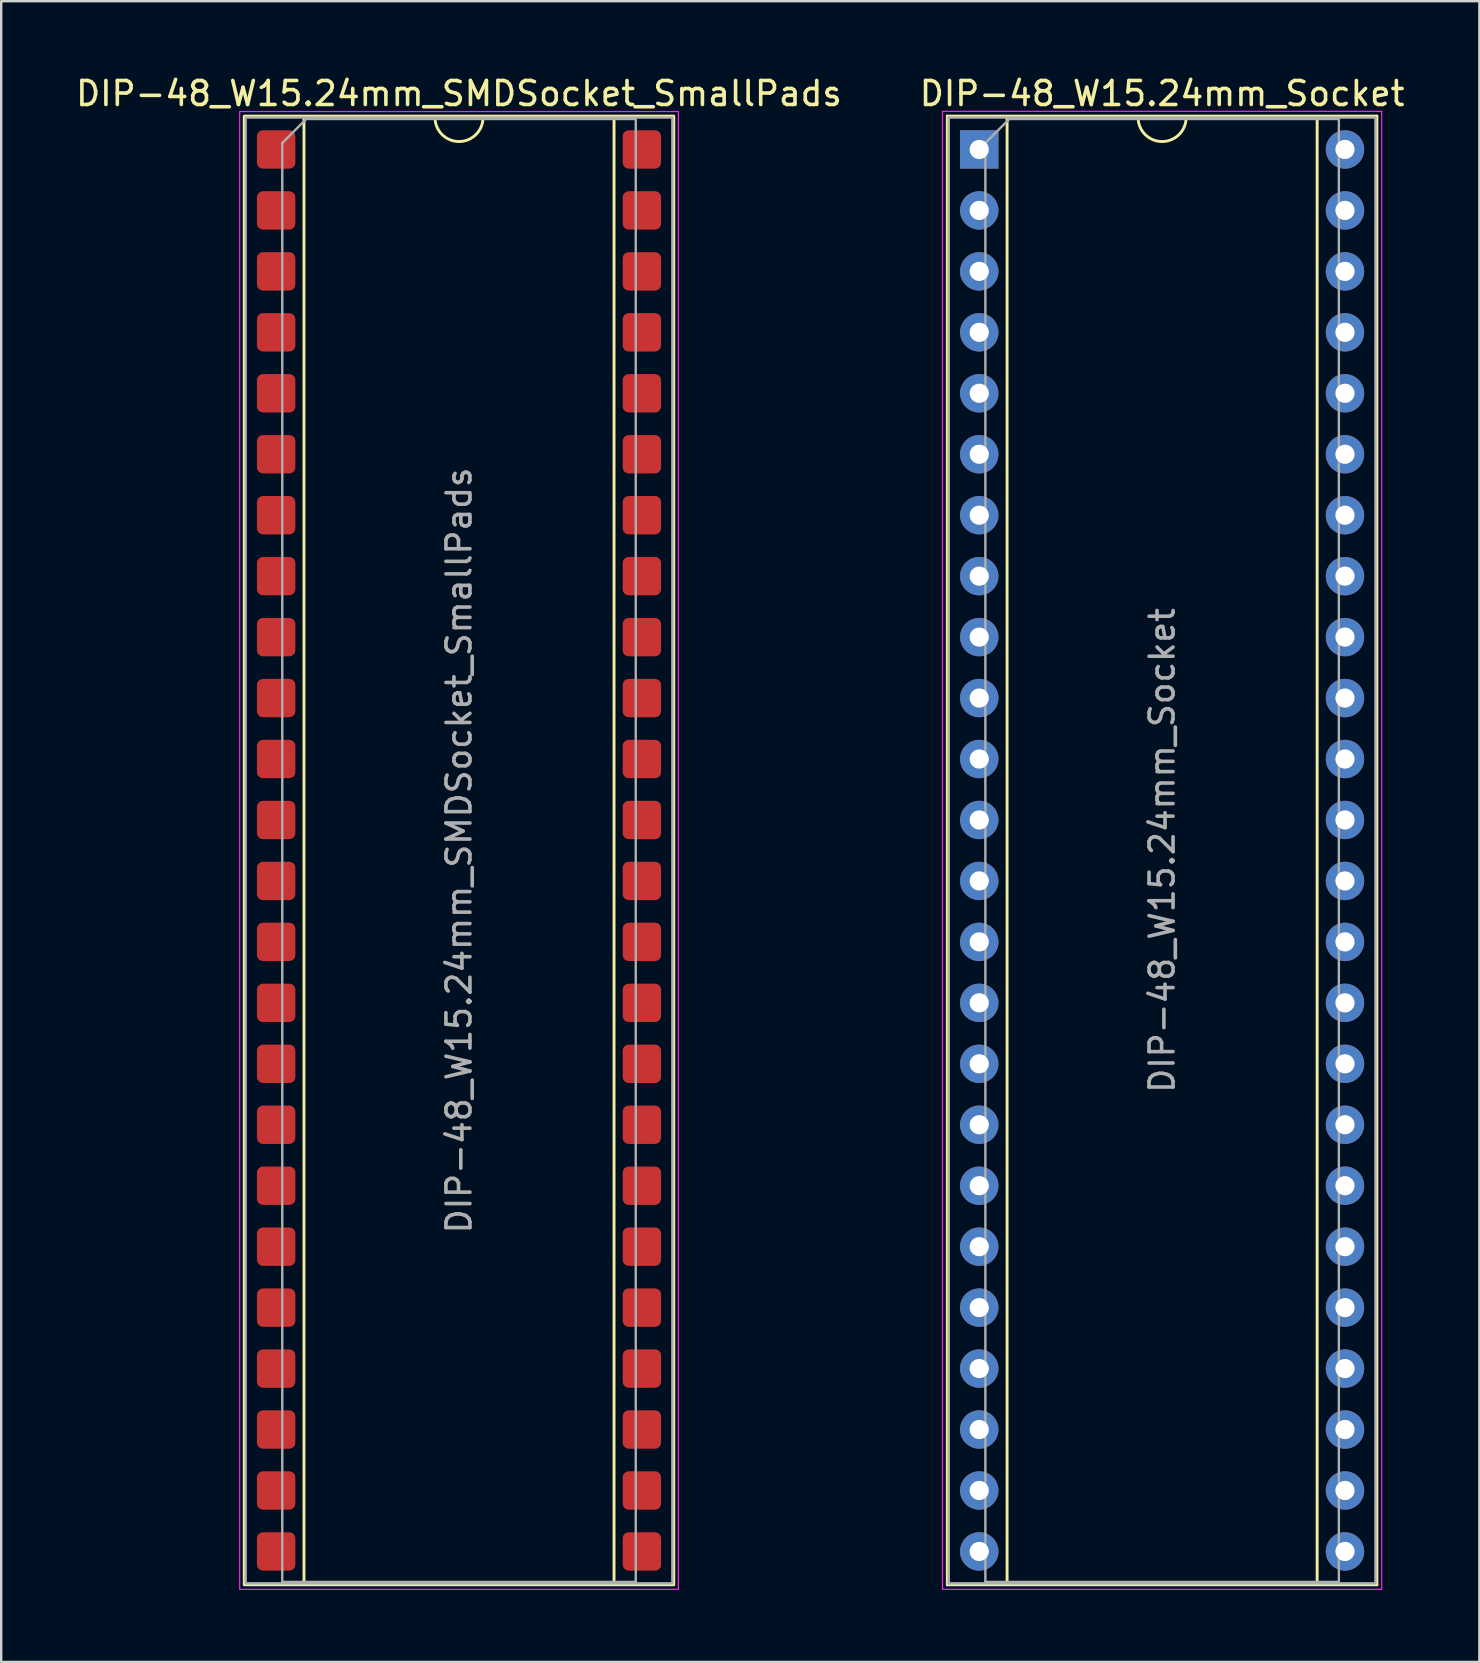
<source format=kicad_pcb>
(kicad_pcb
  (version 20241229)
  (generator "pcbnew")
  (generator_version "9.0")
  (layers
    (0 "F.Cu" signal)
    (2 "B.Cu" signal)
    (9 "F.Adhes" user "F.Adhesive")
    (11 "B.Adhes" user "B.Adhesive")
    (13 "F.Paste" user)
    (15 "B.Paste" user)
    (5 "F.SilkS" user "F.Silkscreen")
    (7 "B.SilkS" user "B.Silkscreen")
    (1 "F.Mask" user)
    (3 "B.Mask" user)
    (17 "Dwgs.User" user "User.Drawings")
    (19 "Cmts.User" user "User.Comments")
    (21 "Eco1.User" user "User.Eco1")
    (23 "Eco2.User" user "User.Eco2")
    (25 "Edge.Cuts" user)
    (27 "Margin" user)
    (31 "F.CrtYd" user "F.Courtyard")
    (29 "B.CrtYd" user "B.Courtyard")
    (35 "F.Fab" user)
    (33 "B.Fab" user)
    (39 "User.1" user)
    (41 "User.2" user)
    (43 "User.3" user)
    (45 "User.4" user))
  (footprint "DIP-48_W15.24mm_SMDSocket_SmallPads"
    (layer "F.Cu")
    (at 16.077 32.388)
    (property "Reference" "DIP-48_W15.24mm_SMDSocket_SmallPads" (at 0 -31.54 0) (layer "F.SilkS") (effects (font (size 1 1) (thickness 0.15))))
    (attr smd)
    (fp_line (start -6.46 -30.54) (end -6.46 30.54) (stroke (width 0.12) (type solid)) (layer "F.SilkS"))
    (fp_line (start -6.46 30.54) (end 6.46 30.54) (stroke (width 0.12) (type solid)) (layer "F.SilkS"))
    (fp_line (start -1 -30.54) (end -6.46 -30.54) (stroke (width 0.12) (type solid)) (layer "F.SilkS"))
    (fp_line (start 6.46 -30.54) (end 1 -30.54) (stroke (width 0.12) (type solid)) (layer "F.SilkS"))
    (fp_line (start 6.46 30.54) (end 6.46 -30.54) (stroke (width 0.12) (type solid)) (layer "F.SilkS"))
    (fp_rect (start -8.95 -30.6) (end 8.95 30.6) (stroke (width 0.12) (type solid)) (fill no) (layer "F.SilkS"))
    (fp_arc (start 1 -30.54) (mid 0 -29.54) (end -1 -30.54) (stroke (width 0.12) (type solid)) (layer "F.SilkS"))
    (fp_rect (start -9.14 -30.79) (end 9.14 30.79) (stroke (width 0.05) (type solid)) (fill no) (layer "F.CrtYd"))
    (fp_line (start -7.365 -29.48) (end -6.365 -30.48) (stroke (width 0.1) (type solid)) (layer "F.Fab"))
    (fp_line (start -7.365 30.48) (end -7.365 -29.48) (stroke (width 0.1) (type solid)) (layer "F.Fab"))
    (fp_line (start -6.365 -30.48) (end 7.365 -30.48) (stroke (width 0.1) (type solid)) (layer "F.Fab"))
    (fp_line (start 7.365 -30.48) (end 7.365 30.48) (stroke (width 0.1) (type solid)) (layer "F.Fab"))
    (fp_line (start 7.365 30.48) (end -7.365 30.48) (stroke (width 0.1) (type solid)) (layer "F.Fab"))
    (fp_rect (start -8.89 -30.54) (end 8.89 30.54) (stroke (width 0.1) (type solid)) (fill no) (layer "F.Fab"))
    (fp_text user "${REFERENCE}" (at 0 0 90) (layer "F.Fab") (effects (font (size 1 1) (thickness 0.15))))
    (pad "1" smd roundrect (at -7.62 -29.21) (size 1.6 1.6) (layers "F.Cu" "F.Mask" "F.Paste") (roundrect_rratio 0.156))
    (pad "2" smd roundrect (at -7.62 -26.67) (size 1.6 1.6) (layers "F.Cu" "F.Mask" "F.Paste") (roundrect_rratio 0.156))
    (pad "3" smd roundrect (at -7.62 -24.13) (size 1.6 1.6) (layers "F.Cu" "F.Mask" "F.Paste") (roundrect_rratio 0.156))
    (pad "4" smd roundrect (at -7.62 -21.59) (size 1.6 1.6) (layers "F.Cu" "F.Mask" "F.Paste") (roundrect_rratio 0.156))
    (pad "5" smd roundrect (at -7.62 -19.05) (size 1.6 1.6) (layers "F.Cu" "F.Mask" "F.Paste") (roundrect_rratio 0.156))
    (pad "6" smd roundrect (at -7.62 -16.51) (size 1.6 1.6) (layers "F.Cu" "F.Mask" "F.Paste") (roundrect_rratio 0.156))
    (pad "7" smd roundrect (at -7.62 -13.97) (size 1.6 1.6) (layers "F.Cu" "F.Mask" "F.Paste") (roundrect_rratio 0.156))
    (pad "8" smd roundrect (at -7.62 -11.43) (size 1.6 1.6) (layers "F.Cu" "F.Mask" "F.Paste") (roundrect_rratio 0.156))
    (pad "9" smd roundrect (at -7.62 -8.89) (size 1.6 1.6) (layers "F.Cu" "F.Mask" "F.Paste") (roundrect_rratio 0.156))
    (pad "10" smd roundrect (at -7.62 -6.35) (size 1.6 1.6) (layers "F.Cu" "F.Mask" "F.Paste") (roundrect_rratio 0.156))
    (pad "11" smd roundrect (at -7.62 -3.81) (size 1.6 1.6) (layers "F.Cu" "F.Mask" "F.Paste") (roundrect_rratio 0.156))
    (pad "12" smd roundrect (at -7.62 -1.27) (size 1.6 1.6) (layers "F.Cu" "F.Mask" "F.Paste") (roundrect_rratio 0.156))
    (pad "13" smd roundrect (at -7.62 1.27) (size 1.6 1.6) (layers "F.Cu" "F.Mask" "F.Paste") (roundrect_rratio 0.156))
    (pad "14" smd roundrect (at -7.62 3.81) (size 1.6 1.6) (layers "F.Cu" "F.Mask" "F.Paste") (roundrect_rratio 0.156))
    (pad "15" smd roundrect (at -7.62 6.35) (size 1.6 1.6) (layers "F.Cu" "F.Mask" "F.Paste") (roundrect_rratio 0.156))
    (pad "16" smd roundrect (at -7.62 8.89) (size 1.6 1.6) (layers "F.Cu" "F.Mask" "F.Paste") (roundrect_rratio 0.156))
    (pad "17" smd roundrect (at -7.62 11.43) (size 1.6 1.6) (layers "F.Cu" "F.Mask" "F.Paste") (roundrect_rratio 0.156))
    (pad "18" smd roundrect (at -7.62 13.97) (size 1.6 1.6) (layers "F.Cu" "F.Mask" "F.Paste") (roundrect_rratio 0.156))
    (pad "19" smd roundrect (at -7.62 16.51) (size 1.6 1.6) (layers "F.Cu" "F.Mask" "F.Paste") (roundrect_rratio 0.156))
    (pad "20" smd roundrect (at -7.62 19.05) (size 1.6 1.6) (layers "F.Cu" "F.Mask" "F.Paste") (roundrect_rratio 0.156))
    (pad "21" smd roundrect (at -7.62 21.59) (size 1.6 1.6) (layers "F.Cu" "F.Mask" "F.Paste") (roundrect_rratio 0.156))
    (pad "22" smd roundrect (at -7.62 24.13) (size 1.6 1.6) (layers "F.Cu" "F.Mask" "F.Paste") (roundrect_rratio 0.156))
    (pad "23" smd roundrect (at -7.62 26.67) (size 1.6 1.6) (layers "F.Cu" "F.Mask" "F.Paste") (roundrect_rratio 0.156))
    (pad "24" smd roundrect (at -7.62 29.21) (size 1.6 1.6) (layers "F.Cu" "F.Mask" "F.Paste") (roundrect_rratio 0.156))
    (pad "25" smd roundrect (at 7.62 29.21) (size 1.6 1.6) (layers "F.Cu" "F.Mask" "F.Paste") (roundrect_rratio 0.156))
    (pad "26" smd roundrect (at 7.62 26.67) (size 1.6 1.6) (layers "F.Cu" "F.Mask" "F.Paste") (roundrect_rratio 0.156))
    (pad "27" smd roundrect (at 7.62 24.13) (size 1.6 1.6) (layers "F.Cu" "F.Mask" "F.Paste") (roundrect_rratio 0.156))
    (pad "28" smd roundrect (at 7.62 21.59) (size 1.6 1.6) (layers "F.Cu" "F.Mask" "F.Paste") (roundrect_rratio 0.156))
    (pad "29" smd roundrect (at 7.62 19.05) (size 1.6 1.6) (layers "F.Cu" "F.Mask" "F.Paste") (roundrect_rratio 0.156))
    (pad "30" smd roundrect (at 7.62 16.51) (size 1.6 1.6) (layers "F.Cu" "F.Mask" "F.Paste") (roundrect_rratio 0.156))
    (pad "31" smd roundrect (at 7.62 13.97) (size 1.6 1.6) (layers "F.Cu" "F.Mask" "F.Paste") (roundrect_rratio 0.156))
    (pad "32" smd roundrect (at 7.62 11.43) (size 1.6 1.6) (layers "F.Cu" "F.Mask" "F.Paste") (roundrect_rratio 0.156))
    (pad "33" smd roundrect (at 7.62 8.89) (size 1.6 1.6) (layers "F.Cu" "F.Mask" "F.Paste") (roundrect_rratio 0.156))
    (pad "34" smd roundrect (at 7.62 6.35) (size 1.6 1.6) (layers "F.Cu" "F.Mask" "F.Paste") (roundrect_rratio 0.156))
    (pad "35" smd roundrect (at 7.62 3.81) (size 1.6 1.6) (layers "F.Cu" "F.Mask" "F.Paste") (roundrect_rratio 0.156))
    (pad "36" smd roundrect (at 7.62 1.27) (size 1.6 1.6) (layers "F.Cu" "F.Mask" "F.Paste") (roundrect_rratio 0.156))
    (pad "37" smd roundrect (at 7.62 -1.27) (size 1.6 1.6) (layers "F.Cu" "F.Mask" "F.Paste") (roundrect_rratio 0.156))
    (pad "38" smd roundrect (at 7.62 -3.81) (size 1.6 1.6) (layers "F.Cu" "F.Mask" "F.Paste") (roundrect_rratio 0.156))
    (pad "39" smd roundrect (at 7.62 -6.35) (size 1.6 1.6) (layers "F.Cu" "F.Mask" "F.Paste") (roundrect_rratio 0.156))
    (pad "40" smd roundrect (at 7.62 -8.89) (size 1.6 1.6) (layers "F.Cu" "F.Mask" "F.Paste") (roundrect_rratio 0.156))
    (pad "41" smd roundrect (at 7.62 -11.43) (size 1.6 1.6) (layers "F.Cu" "F.Mask" "F.Paste") (roundrect_rratio 0.156))
    (pad "42" smd roundrect (at 7.62 -13.97) (size 1.6 1.6) (layers "F.Cu" "F.Mask" "F.Paste") (roundrect_rratio 0.156))
    (pad "43" smd roundrect (at 7.62 -16.51) (size 1.6 1.6) (layers "F.Cu" "F.Mask" "F.Paste") (roundrect_rratio 0.156))
    (pad "44" smd roundrect (at 7.62 -19.05) (size 1.6 1.6) (layers "F.Cu" "F.Mask" "F.Paste") (roundrect_rratio 0.156))
    (pad "45" smd roundrect (at 7.62 -21.59) (size 1.6 1.6) (layers "F.Cu" "F.Mask" "F.Paste") (roundrect_rratio 0.156))
    (pad "46" smd roundrect (at 7.62 -24.13) (size 1.6 1.6) (layers "F.Cu" "F.Mask" "F.Paste") (roundrect_rratio 0.156))
    (pad "47" smd roundrect (at 7.62 -26.67) (size 1.6 1.6) (layers "F.Cu" "F.Mask" "F.Paste") (roundrect_rratio 0.156))
    (pad "48" smd roundrect (at 7.62 -29.21) (size 1.6 1.6) (layers "F.Cu" "F.Mask" "F.Paste") (roundrect_rratio 0.156)))
  (footprint "DIP-48_W15.24mm_Socket"
    (layer "F.Cu")
    (at 37.755 3.178)
    (property "Reference" "DIP-48_W15.24mm_Socket" (at 7.62 -2.33 0) (layer "F.SilkS") (effects (font (size 1 1) (thickness 0.15))))
    (attr through_hole)
    (fp_line (start -1.33 -1.39) (end -1.33 59.81) (stroke (width 0.12) (type solid)) (layer "F.SilkS"))
    (fp_line (start -1.33 59.81) (end 16.57 59.81) (stroke (width 0.12) (type solid)) (layer "F.SilkS"))
    (fp_line (start 1.16 -1.33) (end 1.16 59.75) (stroke (width 0.12) (type solid)) (layer "F.SilkS"))
    (fp_line (start 1.16 59.75) (end 14.08 59.75) (stroke (width 0.12) (type solid)) (layer "F.SilkS"))
    (fp_line (start 6.62 -1.33) (end 1.16 -1.33) (stroke (width 0.12) (type solid)) (layer "F.SilkS"))
    (fp_line (start 14.08 -1.33) (end 8.62 -1.33) (stroke (width 0.12) (type solid)) (layer "F.SilkS"))
    (fp_line (start 14.08 59.75) (end 14.08 -1.33) (stroke (width 0.12) (type solid)) (layer "F.SilkS"))
    (fp_line (start 16.57 -1.39) (end -1.33 -1.39) (stroke (width 0.12) (type solid)) (layer "F.SilkS"))
    (fp_line (start 16.57 59.81) (end 16.57 -1.39) (stroke (width 0.12) (type solid)) (layer "F.SilkS"))
    (fp_arc (start 8.62 -1.33) (mid 7.62 -0.33) (end 6.62 -1.33) (stroke (width 0.12) (type solid)) (layer "F.SilkS"))
    (fp_line (start -1.53 -1.59) (end -1.53 60) (stroke (width 0.05) (type solid)) (layer "F.CrtYd"))
    (fp_line (start -1.53 60) (end 16.77 60) (stroke (width 0.05) (type solid)) (layer "F.CrtYd"))
    (fp_line (start 16.77 -1.59) (end -1.53 -1.59) (stroke (width 0.05) (type solid)) (layer "F.CrtYd"))
    (fp_line (start 16.77 60) (end 16.77 -1.59) (stroke (width 0.05) (type solid)) (layer "F.CrtYd"))
    (fp_line (start -1.27 -1.33) (end -1.27 59.75) (stroke (width 0.1) (type solid)) (layer "F.Fab"))
    (fp_line (start -1.27 59.75) (end 16.51 59.75) (stroke (width 0.1) (type solid)) (layer "F.Fab"))
    (fp_line (start 0.255 -0.27) (end 1.255 -1.27) (stroke (width 0.1) (type solid)) (layer "F.Fab"))
    (fp_line (start 0.255 59.69) (end 0.255 -0.27) (stroke (width 0.1) (type solid)) (layer "F.Fab"))
    (fp_line (start 1.255 -1.27) (end 14.985 -1.27) (stroke (width 0.1) (type solid)) (layer "F.Fab"))
    (fp_line (start 14.985 -1.27) (end 14.985 59.69) (stroke (width 0.1) (type solid)) (layer "F.Fab"))
    (fp_line (start 14.985 59.69) (end 0.255 59.69) (stroke (width 0.1) (type solid)) (layer "F.Fab"))
    (fp_line (start 16.51 -1.33) (end -1.27 -1.33) (stroke (width 0.1) (type solid)) (layer "F.Fab"))
    (fp_line (start 16.51 59.75) (end 16.51 -1.33) (stroke (width 0.1) (type solid)) (layer "F.Fab"))
    (fp_text user "${REFERENCE}" (at 7.62 29.21 90) (layer "F.Fab") (effects (font (size 1 1) (thickness 0.15))))
    (pad "1" thru_hole rect (at 0 0) (size 1.6 1.6) (drill 0.8) (layers "*.Cu" "*.Mask"))
    (pad "2" thru_hole circle (at 0 2.54) (size 1.6 1.6) (drill 0.8) (layers "*.Cu" "*.Mask"))
    (pad "3" thru_hole circle (at 0 5.08) (size 1.6 1.6) (drill 0.8) (layers "*.Cu" "*.Mask"))
    (pad "4" thru_hole circle (at 0 7.62) (size 1.6 1.6) (drill 0.8) (layers "*.Cu" "*.Mask"))
    (pad "5" thru_hole circle (at 0 10.16) (size 1.6 1.6) (drill 0.8) (layers "*.Cu" "*.Mask"))
    (pad "6" thru_hole circle (at 0 12.7) (size 1.6 1.6) (drill 0.8) (layers "*.Cu" "*.Mask"))
    (pad "7" thru_hole circle (at 0 15.24) (size 1.6 1.6) (drill 0.8) (layers "*.Cu" "*.Mask"))
    (pad "8" thru_hole circle (at 0 17.78) (size 1.6 1.6) (drill 0.8) (layers "*.Cu" "*.Mask"))
    (pad "9" thru_hole circle (at 0 20.32) (size 1.6 1.6) (drill 0.8) (layers "*.Cu" "*.Mask"))
    (pad "10" thru_hole circle (at 0 22.86) (size 1.6 1.6) (drill 0.8) (layers "*.Cu" "*.Mask"))
    (pad "11" thru_hole circle (at 0 25.4) (size 1.6 1.6) (drill 0.8) (layers "*.Cu" "*.Mask"))
    (pad "12" thru_hole circle (at 0 27.94) (size 1.6 1.6) (drill 0.8) (layers "*.Cu" "*.Mask"))
    (pad "13" thru_hole circle (at 0 30.48) (size 1.6 1.6) (drill 0.8) (layers "*.Cu" "*.Mask"))
    (pad "14" thru_hole circle (at 0 33.02) (size 1.6 1.6) (drill 0.8) (layers "*.Cu" "*.Mask"))
    (pad "15" thru_hole circle (at 0 35.56) (size 1.6 1.6) (drill 0.8) (layers "*.Cu" "*.Mask"))
    (pad "16" thru_hole circle (at 0 38.1) (size 1.6 1.6) (drill 0.8) (layers "*.Cu" "*.Mask"))
    (pad "17" thru_hole circle (at 0 40.64) (size 1.6 1.6) (drill 0.8) (layers "*.Cu" "*.Mask"))
    (pad "18" thru_hole circle (at 0 43.18) (size 1.6 1.6) (drill 0.8) (layers "*.Cu" "*.Mask"))
    (pad "19" thru_hole circle (at 0 45.72) (size 1.6 1.6) (drill 0.8) (layers "*.Cu" "*.Mask"))
    (pad "20" thru_hole circle (at 0 48.26) (size 1.6 1.6) (drill 0.8) (layers "*.Cu" "*.Mask"))
    (pad "21" thru_hole circle (at 0 50.8) (size 1.6 1.6) (drill 0.8) (layers "*.Cu" "*.Mask"))
    (pad "22" thru_hole circle (at 0 53.34) (size 1.6 1.6) (drill 0.8) (layers "*.Cu" "*.Mask"))
    (pad "23" thru_hole circle (at 0 55.88) (size 1.6 1.6) (drill 0.8) (layers "*.Cu" "*.Mask"))
    (pad "24" thru_hole circle (at 0 58.42) (size 1.6 1.6) (drill 0.8) (layers "*.Cu" "*.Mask"))
    (pad "25" thru_hole circle (at 15.24 58.42) (size 1.6 1.6) (drill 0.8) (layers "*.Cu" "*.Mask"))
    (pad "26" thru_hole circle (at 15.24 55.88) (size 1.6 1.6) (drill 0.8) (layers "*.Cu" "*.Mask"))
    (pad "27" thru_hole circle (at 15.24 53.34) (size 1.6 1.6) (drill 0.8) (layers "*.Cu" "*.Mask"))
    (pad "28" thru_hole circle (at 15.24 50.8) (size 1.6 1.6) (drill 0.8) (layers "*.Cu" "*.Mask"))
    (pad "29" thru_hole circle (at 15.24 48.26) (size 1.6 1.6) (drill 0.8) (layers "*.Cu" "*.Mask"))
    (pad "30" thru_hole circle (at 15.24 45.72) (size 1.6 1.6) (drill 0.8) (layers "*.Cu" "*.Mask"))
    (pad "31" thru_hole circle (at 15.24 43.18) (size 1.6 1.6) (drill 0.8) (layers "*.Cu" "*.Mask"))
    (pad "32" thru_hole circle (at 15.24 40.64) (size 1.6 1.6) (drill 0.8) (layers "*.Cu" "*.Mask"))
    (pad "33" thru_hole circle (at 15.24 38.1) (size 1.6 1.6) (drill 0.8) (layers "*.Cu" "*.Mask"))
    (pad "34" thru_hole circle (at 15.24 35.56) (size 1.6 1.6) (drill 0.8) (layers "*.Cu" "*.Mask"))
    (pad "35" thru_hole circle (at 15.24 33.02) (size 1.6 1.6) (drill 0.8) (layers "*.Cu" "*.Mask"))
    (pad "36" thru_hole circle (at 15.24 30.48) (size 1.6 1.6) (drill 0.8) (layers "*.Cu" "*.Mask"))
    (pad "37" thru_hole circle (at 15.24 27.94) (size 1.6 1.6) (drill 0.8) (layers "*.Cu" "*.Mask"))
    (pad "38" thru_hole circle (at 15.24 25.4) (size 1.6 1.6) (drill 0.8) (layers "*.Cu" "*.Mask"))
    (pad "39" thru_hole circle (at 15.24 22.86) (size 1.6 1.6) (drill 0.8) (layers "*.Cu" "*.Mask"))
    (pad "40" thru_hole circle (at 15.24 20.32) (size 1.6 1.6) (drill 0.8) (layers "*.Cu" "*.Mask"))
    (pad "41" thru_hole circle (at 15.24 17.78) (size 1.6 1.6) (drill 0.8) (layers "*.Cu" "*.Mask"))
    (pad "42" thru_hole circle (at 15.24 15.24) (size 1.6 1.6) (drill 0.8) (layers "*.Cu" "*.Mask"))
    (pad "43" thru_hole circle (at 15.24 12.7) (size 1.6 1.6) (drill 0.8) (layers "*.Cu" "*.Mask"))
    (pad "44" thru_hole circle (at 15.24 10.16) (size 1.6 1.6) (drill 0.8) (layers "*.Cu" "*.Mask"))
    (pad "45" thru_hole circle (at 15.24 7.62) (size 1.6 1.6) (drill 0.8) (layers "*.Cu" "*.Mask"))
    (pad "46" thru_hole circle (at 15.24 5.08) (size 1.6 1.6) (drill 0.8) (layers "*.Cu" "*.Mask"))
    (pad "47" thru_hole circle (at 15.24 2.54) (size 1.6 1.6) (drill 0.8) (layers "*.Cu" "*.Mask"))
    (pad "48" thru_hole circle (at 15.24 0) (size 1.6 1.6) (drill 0.8) (layers "*.Cu" "*.Mask")))
  (gr_rect
    (start -3 -3)
    (end 58.595 66.203)
    (stroke (width 0.1) (type default))
    (fill no)
    (layer "Edge.Cuts")))
</source>
